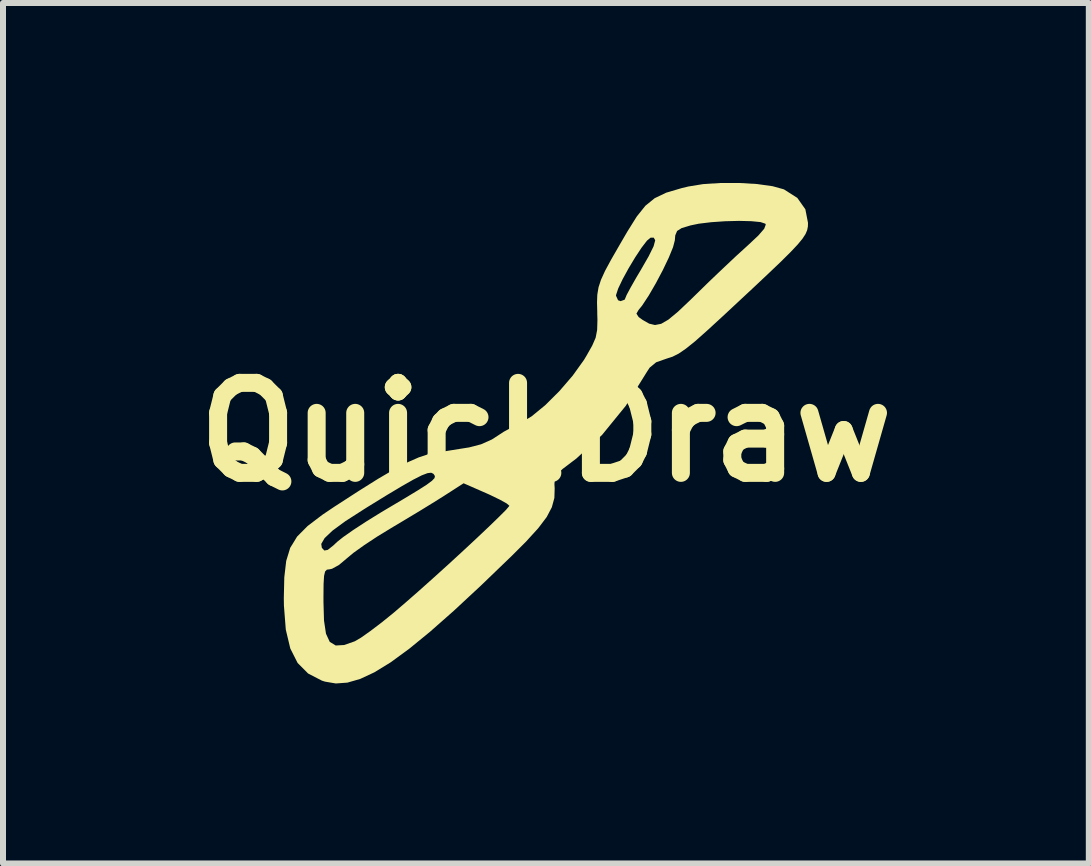
<source format=kicad_pcb>
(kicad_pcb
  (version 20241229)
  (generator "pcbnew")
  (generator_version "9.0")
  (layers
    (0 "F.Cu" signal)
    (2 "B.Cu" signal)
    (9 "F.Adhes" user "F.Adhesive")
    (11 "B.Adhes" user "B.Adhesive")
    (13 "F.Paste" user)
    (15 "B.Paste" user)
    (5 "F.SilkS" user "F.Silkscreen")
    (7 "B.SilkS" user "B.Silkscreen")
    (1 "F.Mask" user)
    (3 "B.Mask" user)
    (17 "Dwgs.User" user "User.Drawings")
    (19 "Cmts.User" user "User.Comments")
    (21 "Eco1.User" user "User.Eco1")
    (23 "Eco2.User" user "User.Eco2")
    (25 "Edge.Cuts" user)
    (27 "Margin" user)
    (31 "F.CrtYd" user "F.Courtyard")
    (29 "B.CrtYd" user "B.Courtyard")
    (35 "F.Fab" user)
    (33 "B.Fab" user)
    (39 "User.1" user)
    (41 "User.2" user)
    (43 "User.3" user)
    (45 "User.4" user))
  (footprint "QuickDraw"
    (layer "F.Cu")
    (at 6.05 4.154)
    (property "Reference" "QuickDraw" (at 0 0 0) (layer "F.SilkS") (effects (font (size 1.5 1.5) (thickness 0.3))))
    (attr board_only exclude_from_pos_files exclude_from_bom)
    (fp_poly (pts (xy 3.522 -4.136) (xy 3.779 -4.1) (xy 3.966 -4.048) (xy 3.97 -4.046) (xy 4.191 -3.905) (xy 4.325 -3.715) (xy 4.369 -3.489) (xy 4.367 -3.427) (xy 4.355 -3.367) (xy 4.328 -3.303) (xy 4.277 -3.225) (xy 4.197 -3.128) (xy 4.079 -3.003) (xy 3.918 -2.843) (xy 3.705 -2.64) (xy 3.435 -2.386) (xy 3.1 -2.074) (xy 2.941 -1.926) (xy 2.685 -1.691) (xy 2.488 -1.516) (xy 2.335 -1.393) (xy 2.214 -1.31) (xy 2.111 -1.258) (xy 2.012 -1.226) (xy 1.838 -1.165) (xy 1.73 -1.076) (xy 1.686 -1.009) (xy 1.331 -0.439) (xy 0.936 0.046) (xy 0.507 0.44) (xy 0.434 0.495) (xy 0.28 0.612) (xy 0.191 0.696) (xy 0.15 0.771) (xy 0.142 0.865) (xy 0.146 0.938) (xy 0.141 1.097) (xy 0.099 1.251) (xy 0.013 1.415) (xy -0.128 1.601) (xy -0.332 1.825) (xy -0.568 2.061) (xy -1.081 2.555) (xy -1.535 2.977) (xy -1.933 3.328) (xy -2.283 3.614) (xy -2.59 3.838) (xy -2.859 4.003) (xy -3.097 4.114) (xy -3.309 4.175) (xy -3.502 4.189) (xy -3.68 4.159) (xy -3.734 4.142) (xy -3.964 4.023) (xy -4.139 3.847) (xy -4.261 3.606) (xy -4.336 3.291) (xy -4.367 2.894) (xy -4.368 2.828) (xy -3.708 2.828) (xy -3.699 3.14) (xy -3.666 3.36) (xy -3.603 3.496) (xy -3.504 3.556) (xy -3.363 3.548) (xy -3.186 3.486) (xy -3.083 3.426) (xy -2.926 3.315) (xy -2.735 3.17) (xy -2.54 3.012) (xy -2.346 2.846) (xy -2.122 2.65) (xy -1.878 2.432) (xy -1.627 2.205) (xy -1.381 1.979) (xy -1.15 1.764) (xy -0.946 1.571) (xy -0.781 1.411) (xy -0.665 1.295) (xy -0.612 1.232) (xy -0.61 1.226) (xy -0.653 1.189) (xy -0.768 1.125) (xy -0.933 1.045) (xy -0.991 1.019) (xy -1.372 0.852) (xy -1.689 1.056) (xy -1.861 1.164) (xy -2.09 1.305) (xy -2.346 1.459) (xy -2.579 1.598) (xy -2.813 1.741) (xy -3.031 1.885) (xy -3.21 2.013) (xy -3.324 2.108) (xy -3.326 2.11) (xy -3.45 2.214) (xy -3.565 2.277) (xy -3.605 2.286) (xy -3.651 2.292) (xy -3.681 2.323) (xy -3.698 2.396) (xy -3.706 2.529) (xy -3.708 2.74) (xy -3.708 2.828) (xy -4.368 2.828) (xy -4.369 2.769) (xy -4.361 2.42) (xy -4.329 2.146) (xy -4.262 1.927) (xy -4.222 1.863) (xy -3.745 1.863) (xy -3.735 1.928) (xy -3.693 1.973) (xy -3.636 1.962) (xy -3.544 1.889) (xy -3.479 1.828) (xy -3.379 1.748) (xy -3.212 1.631) (xy -2.996 1.49) (xy -2.752 1.339) (xy -2.638 1.271) (xy -2.348 1.099) (xy -2.135 0.97) (xy -1.989 0.877) (xy -1.9 0.811) (xy -1.857 0.766) (xy -1.85 0.732) (xy -1.869 0.702) (xy -1.877 0.693) (xy -1.913 0.676) (xy -1.973 0.683) (xy -2.068 0.719) (xy -2.206 0.789) (xy -2.398 0.898) (xy -2.654 1.051) (xy -2.984 1.254) (xy -3.041 1.29) (xy -3.343 1.484) (xy -3.557 1.641) (xy -3.689 1.766) (xy -3.745 1.863) (xy -4.222 1.863) (xy -4.147 1.74) (xy -3.972 1.564) (xy -3.726 1.377) (xy -3.527 1.243) (xy -3.125 0.983) (xy -2.795 0.776) (xy -2.525 0.618) (xy -2.303 0.501) (xy -2.119 0.42) (xy -1.962 0.368) (xy -1.856 0.346) (xy -1.631 0.31) (xy -1.394 0.272) (xy -1.28 0.254) (xy -1.08 0.202) (xy -0.901 0.122) (xy -0.848 0.088) (xy -0.701 -0.008) (xy -0.518 -0.107) (xy -0.438 -0.145) (xy -0.238 -0.264) (xy -0.01 -0.451) (xy 0.225 -0.685) (xy 0.447 -0.943) (xy 0.635 -1.205) (xy 0.675 -1.272) (xy 0.772 -1.443) (xy 0.829 -1.574) (xy 0.854 -1.703) (xy 0.859 -1.871) (xy 0.856 -1.976) (xy 1.509 -1.976) (xy 1.546 -1.919) (xy 1.614 -1.87) (xy 1.721 -1.809) (xy 1.818 -1.786) (xy 1.921 -1.806) (xy 2.043 -1.877) (xy 2.2 -2.007) (xy 2.405 -2.201) (xy 2.495 -2.289) (xy 2.719 -2.508) (xy 2.955 -2.733) (xy 3.175 -2.94) (xy 3.352 -3.101) (xy 3.362 -3.11) (xy 3.54 -3.277) (xy 3.639 -3.391) (xy 3.665 -3.46) (xy 3.658 -3.475) (xy 3.578 -3.502) (xy 3.423 -3.517) (xy 3.218 -3.522) (xy 2.986 -3.516) (xy 2.755 -3.5) (xy 2.548 -3.475) (xy 2.413 -3.447) (xy 2.263 -3.402) (xy 2.187 -3.354) (xy 2.156 -3.28) (xy 2.149 -3.197) (xy 2.119 -3.083) (xy 2.048 -2.909) (xy 1.948 -2.7) (xy 1.832 -2.481) (xy 1.713 -2.276) (xy 1.605 -2.112) (xy 1.543 -2.035) (xy 1.509 -1.976) (xy 0.856 -1.976) (xy 0.856 -2.007) (xy 0.852 -2.164) (xy 0.856 -2.275) (xy 1.168 -2.275) (xy 1.203 -2.199) (xy 1.245 -2.184) (xy 1.312 -2.208) (xy 1.321 -2.227) (xy 1.345 -2.286) (xy 1.412 -2.411) (xy 1.508 -2.58) (xy 1.575 -2.692) (xy 1.713 -2.932) (xy 1.795 -3.098) (xy 1.822 -3.198) (xy 1.798 -3.242) (xy 1.745 -3.242) (xy 1.685 -3.193) (xy 1.595 -3.076) (xy 1.488 -2.914) (xy 1.378 -2.731) (xy 1.279 -2.55) (xy 1.205 -2.395) (xy 1.17 -2.289) (xy 1.168 -2.275) (xy 0.856 -2.275) (xy 0.857 -2.294) (xy 0.877 -2.414) (xy 0.918 -2.54) (xy 0.987 -2.691) (xy 1.091 -2.883) (xy 1.235 -3.133) (xy 1.356 -3.341) (xy 1.514 -3.594) (xy 1.658 -3.774) (xy 1.813 -3.9) (xy 2.005 -3.992) (xy 2.262 -4.068) (xy 2.374 -4.095) (xy 2.62 -4.135) (xy 2.913 -4.154) (xy 3.223 -4.154)) (stroke (width 0) (type solid)) (fill yes) (layer "F.SilkS")))
  (gr_rect
    (start -3 -3)
    (end 15.1 11.343)
    (stroke (width 0.1) (type default))
    (fill no)
    (layer "Edge.Cuts")))
</source>
